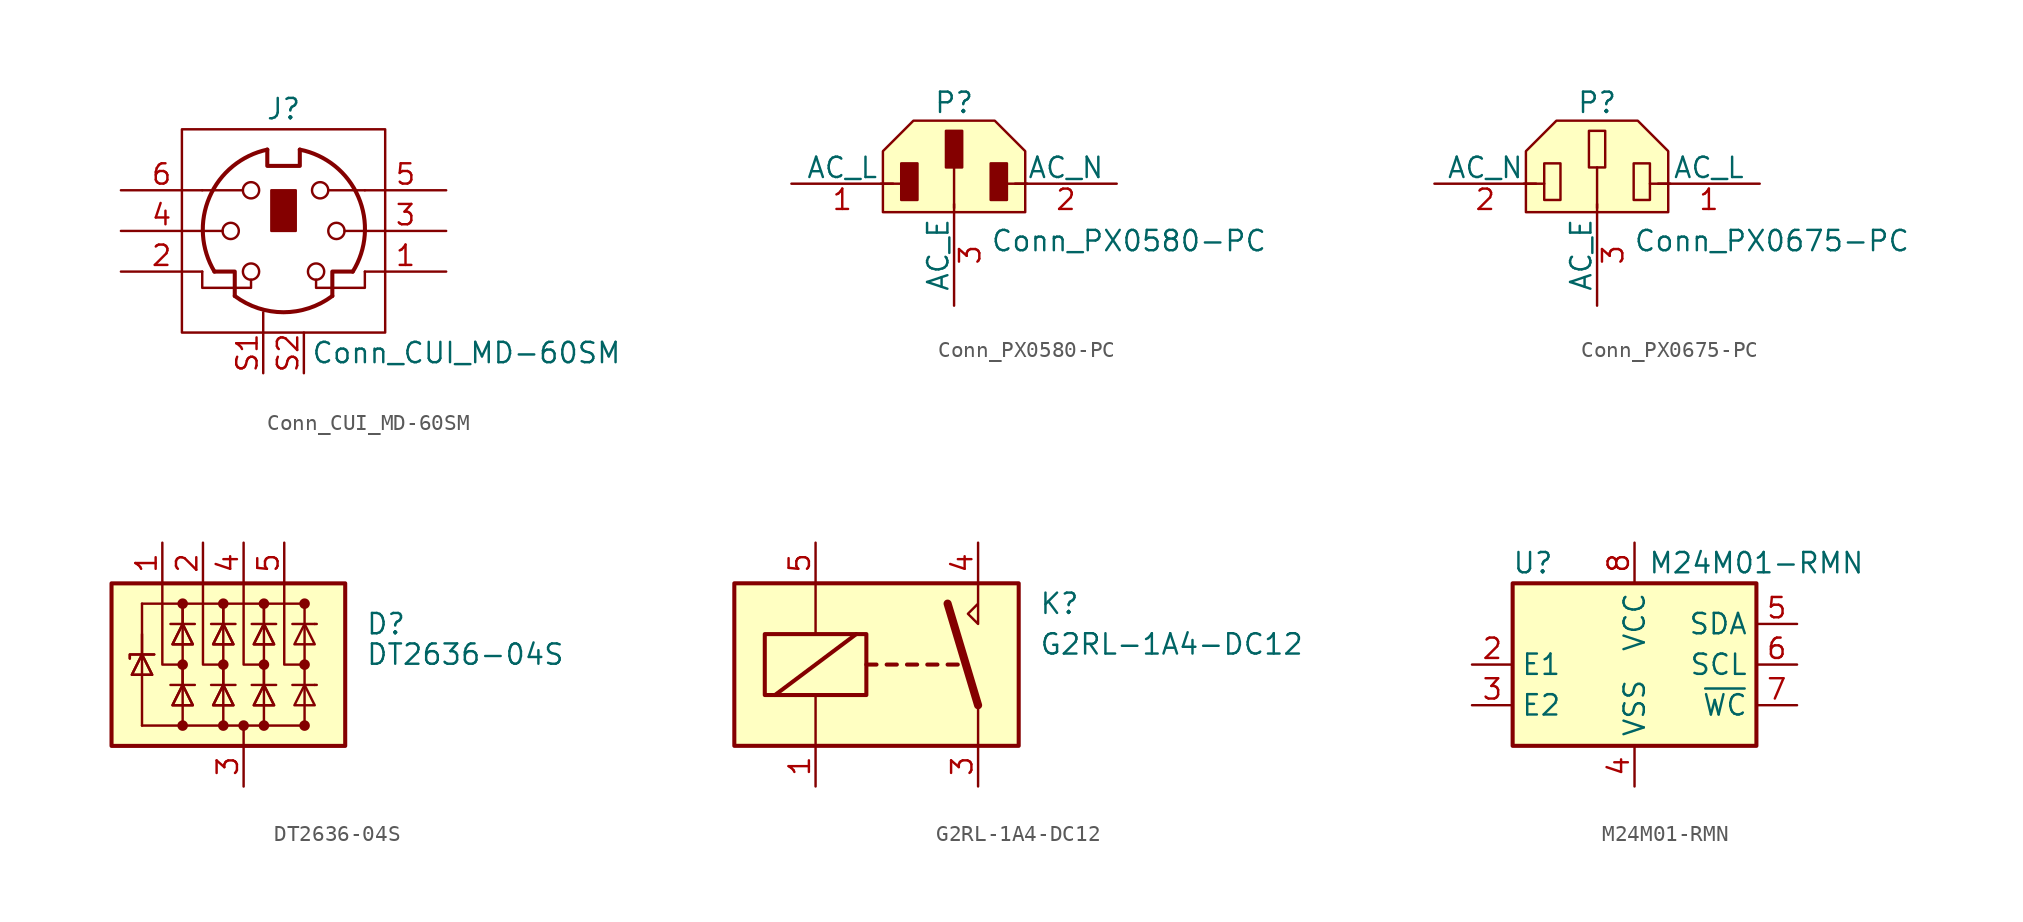
<source format=kicad_sym>
(kicad_symbol_lib
  (version 20211014)
  (generator kicad_symbol_editor)
  (symbol "Conn_CUI_MD-60SM"
    (pin_names
      (offset 1.016))
    (property "Reference" "J"
      (at 0 7.62 0)
      (effects (font (size 1.27 1.27))))
    (property "Value" "Conn_CUI_MD-60SM"
      (at 11.43 -7.62 0)
      (effects (font (size 1.27 1.27))))
    (symbol "Conn_CUI_MD-60SM_0_1"
      (rectangle (start -6.35 6.35) (end 6.35 -6.35) (stroke (width 0) (type default) (color 0 0 0 0)) (fill (type none)))
      (circle (center -3.302 0) (radius 0.508) (stroke (width 0) (type default) (color 0 0 0 0)) (fill (type none)))
      (arc (start -3.048 -4.064) (mid 0 -5.08) (end 3.048 -4.064) (stroke (width 0.254) (type default) (color 0 0 0 0)) (fill (type none)))
      (circle (center -2.032 -2.54) (radius 0.508) (stroke (width 0) (type default) (color 0 0 0 0)) (fill (type none)))
      (circle (center -2.032 2.54) (radius 0.508) (stroke (width 0) (type default) (color 0 0 0 0)) (fill (type none)))
      (arc (start -1.016 5.08) (mid -4.6228 2.1214) (end -4.318 -2.54) (stroke (width 0.254) (type default) (color 0 0 0 0)) (fill (type none)))
      (rectangle (start -0.762 2.54) (end 0.762 0) (stroke (width 0) (type default) (color 0 0 0 0)) (fill (type outline)))
      (polyline (pts (xy -3.81 0) (xy -5.08 0)) (stroke (width 0) (type default) (color 0 0 0 0)) (fill (type none)))
      (polyline (pts (xy -2.54 2.54) (xy -5.08 2.54)) (stroke (width 0) (type default) (color 0 0 0 0)) (fill (type none)))
      (polyline (pts (xy -1.27 -6.35) (xy -1.27 -5.08)) (stroke (width 0) (type default) (color 0 0 0 0)) (fill (type none)))
      (polyline (pts (xy 2.794 2.54) (xy 5.08 2.54)) (stroke (width 0) (type default) (color 0 0 0 0)) (fill (type none)))
      (polyline (pts (xy 5.08 0) (xy 3.81 0)) (stroke (width 0) (type default) (color 0 0 0 0)) (fill (type none)))
      (polyline (pts (xy -4.318 -2.54) (xy -3.048 -2.54) (xy -3.048 -4.064)) (stroke (width 0.254) (type default) (color 0 0 0 0)) (fill (type none)))
      (polyline (pts (xy 4.318 -2.54) (xy 3.048 -2.54) (xy 3.048 -4.064)) (stroke (width 0.254) (type default) (color 0 0 0 0)) (fill (type none)))
      (polyline (pts (xy -2.032 -3.048) (xy -2.032 -3.556) (xy -5.08 -3.556) (xy -5.08 -2.54)) (stroke (width 0) (type default) (color 0 0 0 0)) (fill (type none)))
      (polyline (pts (xy -1.016 5.08) (xy -1.016 4.064) (xy 1.016 4.064) (xy 1.016 5.08)) (stroke (width 0.254) (type default) (color 0 0 0 0)) (fill (type none)))
      (polyline (pts (xy 2.032 -3.048) (xy 2.032 -3.556) (xy 5.08 -3.556) (xy 5.08 -2.54)) (stroke (width 0) (type default) (color 0 0 0 0)) (fill (type none)))
      (circle (center 2.032 -2.54) (radius 0.508) (stroke (width 0) (type default) (color 0 0 0 0)) (fill (type none)))
      (circle (center 2.286 2.54) (radius 0.508) (stroke (width 0) (type default) (color 0 0 0 0)) (fill (type none)))
      (circle (center 3.302 0) (radius 0.508) (stroke (width 0) (type default) (color 0 0 0 0)) (fill (type none)))
      (arc (start 4.318 -2.54) (mid 4.6661 2.1322) (end 1.016 5.08) (stroke (width 0.254) (type default) (color 0 0 0 0)) (fill (type none))))
    (symbol "Conn_CUI_MD-60SM_1_1"
      (pin passive line (at 10.16 -2.54 180) (length 5.08) (name "~" (effects (font (size 1.27 1.27)))) (number "1" (effects (font (size 1.27 1.27)))))
      (pin passive line (at -10.16 -2.54 0) (length 5.08) (name "~" (effects (font (size 1.27 1.27)))) (number "2" (effects (font (size 1.27 1.27)))))
      (pin passive line (at 10.16 0 180) (length 5.08) (name "~" (effects (font (size 1.27 1.27)))) (number "3" (effects (font (size 1.27 1.27)))))
      (pin passive line (at -10.16 0 0) (length 5.08) (name "~" (effects (font (size 1.27 1.27)))) (number "4" (effects (font (size 1.27 1.27)))))
      (pin passive line (at 10.16 2.54 180) (length 5.08) (name "~" (effects (font (size 1.27 1.27)))) (number "5" (effects (font (size 1.27 1.27)))))
      (pin passive line (at -10.16 2.54 0) (length 5.08) (name "~" (effects (font (size 1.27 1.27)))) (number "6" (effects (font (size 1.27 1.27)))))
      (pin passive line (at -1.27 -8.89 90) (length 2.54) (name "~" (effects (font (size 1.27 1.27)))) (number "S1" (effects (font (size 1.27 1.27)))))
      (pin passive line (at 1.27 -8.89 90) (length 2.54) (name "~" (effects (font (size 1.27 1.27)))) (number "S2" (effects (font (size 1.27 1.27)))))))
  (symbol "Conn_PX0580-PC"
    (pin_names
      (offset 0))
    (property "Reference" "P"
      (at 0 4.318 0)
      (effects (font (size 1.27 1.27)) (justify bottom)))
    (property "Value" "Conn_PX0580-PC"
      (at 10.922 -4.318 0)
      (effects (font (size 1.27 1.27)) (justify bottom)))
    (symbol "Conn_PX0580-PC_0_1"
      (rectangle (start -3.302 1.27) (end -2.286 -1.016) (stroke (width 0) (type default) (color 0 0 0 0)) (fill (type outline)))
      (rectangle (start -0.508 3.302) (end 0.508 1.016) (stroke (width 0) (type default) (color 0 0 0 0)) (fill (type outline)))
      (polyline (pts (xy -4.572 0) (xy -3.302 0)) (stroke (width 0) (type default) (color 0 0 0 0)) (fill (type none)))
      (polyline (pts (xy 0 -1.524) (xy 0 1.016)) (stroke (width 0) (type default) (color 0 0 0 0)) (fill (type none)))
      (polyline (pts (xy 4.572 0) (xy 3.302 0)) (stroke (width 0) (type default) (color 0 0 0 0)) (fill (type none)))
      (polyline (pts (xy -4.445 -1.778) (xy 4.445 -1.778) (xy 4.445 2.032) (xy 2.54 3.937) (xy -2.54 3.937) (xy -4.445 2.032) (xy -4.445 -1.778)) (stroke (width 0) (type default) (color 0 0 0 0)) (fill (type background)))
      (rectangle (start 2.286 1.27) (end 3.302 -1.016) (stroke (width 0) (type default) (color 0 0 0 0)) (fill (type outline))))
    (symbol "Conn_PX0580-PC_1_1"
      (pin power_out line (at -10.16 0 0) (length 6.35) (name "AC_L" (effects (font (size 1.27 1.27)))) (number "1" (effects (font (size 1.27 1.27)))))
      (pin power_out line (at 10.16 0 180) (length 6.35) (name "AC_N" (effects (font (size 1.27 1.27)))) (number "2" (effects (font (size 1.27 1.27)))))
      (pin passive line (at 0 -7.62 90) (length 6.35) (name "AC_E" (effects (font (size 1.27 1.27)))) (number "3" (effects (font (size 1.27 1.27)))))))
  (symbol "Conn_PX0675-PC"
    (pin_names
      (offset 0))
    (property "Reference" "P"
      (at 0 4.318 0)
      (effects (font (size 1.27 1.27)) (justify bottom)))
    (property "Value" "Conn_PX0675-PC"
      (at 10.922 -4.318 0)
      (effects (font (size 1.27 1.27)) (justify bottom)))
    (symbol "Conn_PX0675-PC_0_1"
      (rectangle (start -3.302 1.27) (end -2.286 -1.016) (stroke (width 0) (type default) (color 0 0 0 0)) (fill (type none)))
      (rectangle (start -0.508 3.302) (end 0.508 1.016) (stroke (width 0) (type default) (color 0 0 0 0)) (fill (type none)))
      (polyline (pts (xy -4.572 0) (xy -3.302 0)) (stroke (width 0) (type default) (color 0 0 0 0)) (fill (type none)))
      (polyline (pts (xy 0 -1.524) (xy 0 1.016)) (stroke (width 0) (type default) (color 0 0 0 0)) (fill (type none)))
      (polyline (pts (xy 4.572 0) (xy 3.302 0)) (stroke (width 0) (type default) (color 0 0 0 0)) (fill (type none)))
      (polyline (pts (xy -4.445 -1.778) (xy 4.445 -1.778) (xy 4.445 2.032) (xy 2.54 3.937) (xy -2.54 3.937) (xy -4.445 2.032) (xy -4.445 -1.778)) (stroke (width 0) (type default) (color 0 0 0 0)) (fill (type background)))
      (rectangle (start 2.286 1.27) (end 3.302 -1.016) (stroke (width 0) (type default) (color 0 0 0 0)) (fill (type none))))
    (symbol "Conn_PX0675-PC_1_1"
      (pin power_in line (at 10.16 0 180) (length 6.35) (name "AC_L" (effects (font (size 1.27 1.27)))) (number "1" (effects (font (size 1.27 1.27)))))
      (pin power_in line (at -10.16 0 0) (length 6.35) (name "AC_N" (effects (font (size 1.27 1.27)))) (number "2" (effects (font (size 1.27 1.27)))))
      (pin passive line (at 0 -7.62 90) (length 6.35) (name "AC_E" (effects (font (size 1.27 1.27)))) (number "3" (effects (font (size 1.27 1.27)))))))
  (symbol "DT2636-04S"
    (pin_names hide)
    (property "Reference" "D"
      (at 7.62 2.54 0)
      (effects (font (size 1.27 1.27)) (justify left)))
    (property "Value" "DT2636-04S"
      (at 7.62 0.635 0)
      (effects (font (size 1.27 1.27)) (justify left)))
    (symbol "DT2636-04S_0_0"
      (pin passive line (at 0 -7.62 90) (length 2.54) (name "GND" (effects (font (size 1.27 1.27)))) (number "3" (effects (font (size 1.27 1.27))))))
    (symbol "DT2636-04S_0_1"
      (rectangle (start -8.255 5.08) (end 6.35 -5.08) (stroke (width 0.254) (type default) (color 0 0 0 0)) (fill (type background)))
      (circle (center -3.81 -3.81) (radius 0.254) (stroke (width 0) (type default) (color 0 0 0 0)) (fill (type outline)))
      (circle (center -3.81 0) (radius 0.254) (stroke (width 0) (type default) (color 0 0 0 0)) (fill (type outline)))
      (circle (center -3.81 3.81) (radius 0.254) (stroke (width 0) (type default) (color 0 0 0 0)) (fill (type outline)))
      (circle (center -1.27 -3.81) (radius 0.254) (stroke (width 0) (type default) (color 0 0 0 0)) (fill (type outline)))
      (circle (center -1.27 0) (radius 0.254) (stroke (width 0) (type default) (color 0 0 0 0)) (fill (type outline)))
      (circle (center -1.27 3.81) (radius 0.254) (stroke (width 0) (type default) (color 0 0 0 0)) (fill (type outline)))
      (circle (center 0 -3.81) (radius 0.254) (stroke (width 0) (type default) (color 0 0 0 0)) (fill (type outline)))
      (polyline (pts (xy -6.35 0.635) (xy -6.35 -3.81)) (stroke (width 0) (type default) (color 0 0 0 0)) (fill (type none)))
      (polyline (pts (xy -6.35 1.905) (xy -6.35 0.635)) (stroke (width 0) (type default) (color 0 0 0 0)) (fill (type none)))
      (polyline (pts (xy -6.35 3.81) (xy -6.35 0.635)) (stroke (width 0) (type default) (color 0 0 0 0)) (fill (type none)))
      (polyline (pts (xy -3.81 -3.81) (xy -6.35 -3.81)) (stroke (width 0) (type default) (color 0 0 0 0)) (fill (type none)))
      (polyline (pts (xy -3.81 0) (xy -3.81 -1.27)) (stroke (width 0) (type default) (color 0 0 0 0)) (fill (type none)))
      (polyline (pts (xy -3.81 2.54) (xy -3.81 -1.27)) (stroke (width 0) (type default) (color 0 0 0 0)) (fill (type none)))
      (polyline (pts (xy -3.81 3.81) (xy -3.81 2.54)) (stroke (width 0) (type default) (color 0 0 0 0)) (fill (type none)))
      (polyline (pts (xy -3.81 3.81) (xy -3.81 2.54)) (stroke (width 0) (type default) (color 0 0 0 0)) (fill (type none)))
      (polyline (pts (xy -1.27 0) (xy -1.27 -1.27)) (stroke (width 0) (type default) (color 0 0 0 0)) (fill (type none)))
      (polyline (pts (xy -1.27 2.54) (xy -1.27 -1.27)) (stroke (width 0) (type default) (color 0 0 0 0)) (fill (type none)))
      (polyline (pts (xy -1.27 3.81) (xy -1.27 2.54)) (stroke (width 0) (type default) (color 0 0 0 0)) (fill (type none)))
      (polyline (pts (xy -1.27 3.81) (xy -1.27 2.54)) (stroke (width 0) (type default) (color 0 0 0 0)) (fill (type none)))
      (polyline (pts (xy 0 -5.08) (xy 0 -3.81)) (stroke (width 0) (type default) (color 0 0 0 0)) (fill (type none)))
      (polyline (pts (xy 1.27 0) (xy 1.27 -1.27)) (stroke (width 0) (type default) (color 0 0 0 0)) (fill (type none)))
      (polyline (pts (xy 1.27 2.54) (xy 1.27 -1.27)) (stroke (width 0) (type default) (color 0 0 0 0)) (fill (type none)))
      (polyline (pts (xy 1.27 3.81) (xy 1.27 2.54)) (stroke (width 0) (type default) (color 0 0 0 0)) (fill (type none)))
      (polyline (pts (xy 1.27 3.81) (xy 1.27 2.54)) (stroke (width 0) (type default) (color 0 0 0 0)) (fill (type none)))
      (polyline (pts (xy 3.81 -3.81) (xy 3.81 2.54)) (stroke (width 0) (type default) (color 0 0 0 0)) (fill (type none)))
      (polyline (pts (xy 3.81 3.81) (xy -6.35 3.81)) (stroke (width 0) (type default) (color 0 0 0 0)) (fill (type none)))
      (polyline (pts (xy 3.81 3.81) (xy 3.81 2.54)) (stroke (width 0) (type default) (color 0 0 0 0)) (fill (type none)))
      (polyline (pts (xy 4.445 -1.27) (xy 3.048 -1.27)) (stroke (width 0) (type default) (color 0 0 0 0)) (fill (type none)))
      (polyline (pts (xy 4.445 -1.27) (xy 4.572 -1.27)) (stroke (width 0) (type default) (color 0 0 0 0)) (fill (type none)))
      (polyline (pts (xy 4.445 2.54) (xy 3.048 2.54)) (stroke (width 0) (type default) (color 0 0 0 0)) (fill (type none)))
      (polyline (pts (xy 4.445 2.54) (xy 4.572 2.54)) (stroke (width 0) (type default) (color 0 0 0 0)) (fill (type none)))
      (polyline (pts (xy -5.08 5.08) (xy -5.08 0) (xy -3.81 0)) (stroke (width 0) (type default) (color 0 0 0 0)) (fill (type none)))
      (polyline (pts (xy -4.572 -1.27) (xy -3.175 -1.27) (xy -3.048 -1.27)) (stroke (width 0) (type default) (color 0 0 0 0)) (fill (type none)))
      (polyline (pts (xy -4.572 2.54) (xy -3.175 2.54) (xy -3.048 2.54)) (stroke (width 0) (type default) (color 0 0 0 0)) (fill (type none)))
      (polyline (pts (xy -3.81 -1.27) (xy -3.81 -3.81) (xy -1.27 -3.81)) (stroke (width 0) (type default) (color 0 0 0 0)) (fill (type none)))
      (polyline (pts (xy -2.54 5.08) (xy -2.54 0) (xy -1.27 0)) (stroke (width 0) (type default) (color 0 0 0 0)) (fill (type none)))
      (polyline (pts (xy -2.032 -1.27) (xy -0.635 -1.27) (xy -0.508 -1.27)) (stroke (width 0) (type default) (color 0 0 0 0)) (fill (type none)))
      (polyline (pts (xy -2.032 2.54) (xy -0.635 2.54) (xy -0.508 2.54)) (stroke (width 0) (type default) (color 0 0 0 0)) (fill (type none)))
      (polyline (pts (xy -1.27 -1.27) (xy -1.27 -3.81) (xy 1.27 -3.81)) (stroke (width 0) (type default) (color 0 0 0 0)) (fill (type none)))
      (polyline (pts (xy 0 5.08) (xy 0 0) (xy 1.27 0)) (stroke (width 0) (type default) (color 0 0 0 0)) (fill (type none)))
      (polyline (pts (xy 0.508 -1.27) (xy 1.905 -1.27) (xy 2.032 -1.27)) (stroke (width 0) (type default) (color 0 0 0 0)) (fill (type none)))
      (polyline (pts (xy 0.508 2.54) (xy 1.905 2.54) (xy 2.032 2.54)) (stroke (width 0) (type default) (color 0 0 0 0)) (fill (type none)))
      (polyline (pts (xy 1.27 -1.27) (xy 1.27 -3.81) (xy 3.81 -3.81)) (stroke (width 0) (type default) (color 0 0 0 0)) (fill (type none)))
      (polyline (pts (xy 2.54 5.08) (xy 2.54 0) (xy 3.81 0)) (stroke (width 0) (type default) (color 0 0 0 0)) (fill (type none)))
      (polyline (pts (xy -7.112 0.381) (xy -7.112 0.635) (xy -5.715 0.635) (xy -5.588 0.635)) (stroke (width 0) (type default) (color 0 0 0 0)) (fill (type none)))
      (polyline (pts (xy -7.112 0.381) (xy -7.112 0.635) (xy -5.715 0.635) (xy -5.588 0.635)) (stroke (width 0) (type default) (color 0 0 0 0)) (fill (type none)))
      (polyline (pts (xy -6.35 0.635) (xy -5.715 -0.635) (xy -6.985 -0.635) (xy -6.35 0.635)) (stroke (width 0) (type default) (color 0 0 0 0)) (fill (type none)))
      (polyline (pts (xy -6.35 0.635) (xy -5.715 -0.635) (xy -6.985 -0.635) (xy -6.35 0.635)) (stroke (width 0) (type default) (color 0 0 0 0)) (fill (type none)))
      (polyline (pts (xy -3.81 -1.27) (xy -3.175 -2.54) (xy -4.445 -2.54) (xy -3.81 -1.27)) (stroke (width 0) (type default) (color 0 0 0 0)) (fill (type none)))
      (polyline (pts (xy -3.81 -1.27) (xy -3.175 -2.54) (xy -4.445 -2.54) (xy -3.81 -1.27)) (stroke (width 0) (type default) (color 0 0 0 0)) (fill (type none)))
      (polyline (pts (xy -3.81 2.54) (xy -3.175 1.27) (xy -4.445 1.27) (xy -3.81 2.54)) (stroke (width 0) (type default) (color 0 0 0 0)) (fill (type none)))
      (polyline (pts (xy -3.81 2.54) (xy -3.175 1.27) (xy -4.445 1.27) (xy -3.81 2.54)) (stroke (width 0) (type default) (color 0 0 0 0)) (fill (type none)))
      (polyline (pts (xy -1.27 -1.27) (xy -0.635 -2.54) (xy -1.905 -2.54) (xy -1.27 -1.27)) (stroke (width 0) (type default) (color 0 0 0 0)) (fill (type none)))
      (polyline (pts (xy -1.27 -1.27) (xy -0.635 -2.54) (xy -1.905 -2.54) (xy -1.27 -1.27)) (stroke (width 0) (type default) (color 0 0 0 0)) (fill (type none)))
      (polyline (pts (xy -1.27 2.54) (xy -0.635 1.27) (xy -1.905 1.27) (xy -1.27 2.54)) (stroke (width 0) (type default) (color 0 0 0 0)) (fill (type none)))
      (polyline (pts (xy -1.27 2.54) (xy -0.635 1.27) (xy -1.905 1.27) (xy -1.27 2.54)) (stroke (width 0) (type default) (color 0 0 0 0)) (fill (type none)))
      (polyline (pts (xy 1.27 -1.27) (xy 1.905 -2.54) (xy 0.635 -2.54) (xy 1.27 -1.27)) (stroke (width 0) (type default) (color 0 0 0 0)) (fill (type none)))
      (polyline (pts (xy 1.27 -1.27) (xy 1.905 -2.54) (xy 0.635 -2.54) (xy 1.27 -1.27)) (stroke (width 0) (type default) (color 0 0 0 0)) (fill (type none)))
      (polyline (pts (xy 1.27 2.54) (xy 1.905 1.27) (xy 0.635 1.27) (xy 1.27 2.54)) (stroke (width 0) (type default) (color 0 0 0 0)) (fill (type none)))
      (polyline (pts (xy 1.27 2.54) (xy 1.905 1.27) (xy 0.635 1.27) (xy 1.27 2.54)) (stroke (width 0) (type default) (color 0 0 0 0)) (fill (type none)))
      (polyline (pts (xy 4.445 -2.54) (xy 3.175 -2.54) (xy 3.81 -1.27) (xy 4.445 -2.54)) (stroke (width 0) (type default) (color 0 0 0 0)) (fill (type none)))
      (polyline (pts (xy 4.445 1.27) (xy 3.175 1.27) (xy 3.81 2.54) (xy 4.445 1.27)) (stroke (width 0) (type default) (color 0 0 0 0)) (fill (type none)))
      (circle (center 1.27 -3.81) (radius 0.254) (stroke (width 0) (type default) (color 0 0 0 0)) (fill (type outline)))
      (circle (center 1.27 0) (radius 0.254) (stroke (width 0) (type default) (color 0 0 0 0)) (fill (type outline)))
      (circle (center 1.27 3.81) (radius 0.254) (stroke (width 0) (type default) (color 0 0 0 0)) (fill (type outline)))
      (circle (center 3.81 -3.81) (radius 0.254) (stroke (width 0) (type default) (color 0 0 0 0)) (fill (type outline)))
      (circle (center 3.81 0) (radius 0.254) (stroke (width 0) (type default) (color 0 0 0 0)) (fill (type outline)))
      (circle (center 3.81 3.81) (radius 0.254) (stroke (width 0) (type default) (color 0 0 0 0)) (fill (type outline))))
    (symbol "DT2636-04S_1_1"
      (pin passive line (at -5.08 7.62 270) (length 2.54) (name "CH1" (effects (font (size 1.27 1.27)))) (number "1" (effects (font (size 1.27 1.27)))))
      (pin passive line (at -2.54 7.62 270) (length 2.54) (name "CH2" (effects (font (size 1.27 1.27)))) (number "2" (effects (font (size 1.27 1.27)))))
      (pin passive line (at 0 7.62 270) (length 2.54) (name "CH3" (effects (font (size 1.27 1.27)))) (number "4" (effects (font (size 1.27 1.27)))))
      (pin passive line (at 2.54 7.62 270) (length 2.54) (name "CH4" (effects (font (size 1.27 1.27)))) (number "5" (effects (font (size 1.27 1.27)))))))
  (symbol "G2RL-1A4-DC12"
    (property "Reference" "K"
      (at 8.89 3.81 0)
      (effects (font (size 1.27 1.27)) (justify left)))
    (property "Value" "G2RL-1A4-DC12"
      (at 8.89 1.27 0)
      (effects (font (size 1.27 1.27)) (justify left)))
    (symbol "G2RL-1A4-DC12_0_0"
      (polyline (pts (xy 5.08 5.08) (xy 5.08 2.54) (xy 4.445 3.175) (xy 5.08 3.81)) (stroke (width 0) (type default) (color 0 0 0 0)) (fill (type none))))
    (symbol "G2RL-1A4-DC12_0_1"
      (rectangle (start -10.16 5.08) (end 7.62 -5.08) (stroke (width 0.254) (type default) (color 0 0 0 0)) (fill (type background)))
      (rectangle (start -8.255 1.905) (end -1.905 -1.905) (stroke (width 0.254) (type default) (color 0 0 0 0)) (fill (type none)))
      (polyline (pts (xy -7.62 -1.905) (xy -2.54 1.905)) (stroke (width 0.254) (type default) (color 0 0 0 0)) (fill (type none)))
      (polyline (pts (xy -5.08 -5.08) (xy -5.08 -1.905)) (stroke (width 0) (type default) (color 0 0 0 0)) (fill (type none)))
      (polyline (pts (xy -5.08 5.08) (xy -5.08 1.905)) (stroke (width 0) (type default) (color 0 0 0 0)) (fill (type none)))
      (polyline (pts (xy -1.905 0) (xy -1.27 0)) (stroke (width 0.254) (type default) (color 0 0 0 0)) (fill (type none)))
      (polyline (pts (xy -0.635 0) (xy 0 0)) (stroke (width 0.254) (type default) (color 0 0 0 0)) (fill (type none)))
      (polyline (pts (xy 0.635 0) (xy 1.27 0)) (stroke (width 0.254) (type default) (color 0 0 0 0)) (fill (type none)))
      (polyline (pts (xy 1.905 0) (xy 2.54 0)) (stroke (width 0.254) (type default) (color 0 0 0 0)) (fill (type none)))
      (polyline (pts (xy 3.175 0) (xy 3.81 0)) (stroke (width 0.254) (type default) (color 0 0 0 0)) (fill (type none)))
      (polyline (pts (xy 5.08 -2.54) (xy 3.175 3.81)) (stroke (width 0.508) (type default) (color 0 0 0 0)) (fill (type none)))
      (polyline (pts (xy 5.08 -2.54) (xy 5.08 -5.08)) (stroke (width 0) (type default) (color 0 0 0 0)) (fill (type none))))
    (symbol "G2RL-1A4-DC12_1_1"
      (pin passive line (at -5.08 -7.62 90) (length 2.54) (name "~" (effects (font (size 1.27 1.27)))) (number "1" (effects (font (size 1.27 1.27)))))
      (pin passive line (at 5.08 -7.62 90) (length 2.54) (name "~" (effects (font (size 1.27 1.27)))) (number "3" (effects (font (size 1.27 1.27)))))
      (pin passive line (at 5.08 7.62 270) (length 2.54) (name "~" (effects (font (size 1.27 1.27)))) (number "4" (effects (font (size 1.27 1.27)))))
      (pin passive line (at -5.08 7.62 270) (length 2.54) (name "~" (effects (font (size 1.27 1.27)))) (number "5" (effects (font (size 1.27 1.27)))))))
  (symbol "M24M01-RMN"
    (property "Reference" "U"
      (at -6.35 6.35 0)
      (effects (font (size 1.27 1.27))))
    (property "Value" "M24M01-RMN"
      (at 7.62 6.35 0)
      (effects (font (size 1.27 1.27))))
    (symbol "M24M01-RMN_0_1"
      (rectangle (start -7.62 5.08) (end 7.62 -5.08) (stroke (width 0.254) (type default) (color 0 0 0 0)) (fill (type background))))
    (symbol "M24M01-RMN_1_1"
      (pin no_connect line (at -10.16 2.54 0) (length 2.54) hide (name "NC" (effects (font (size 1.27 1.27)))) (number "1" (effects (font (size 1.27 1.27)))))
      (pin input line (at -10.16 0 0) (length 2.54) (name "E1" (effects (font (size 1.27 1.27)))) (number "2" (effects (font (size 1.27 1.27)))))
      (pin input line (at -10.16 -2.54 0) (length 2.54) (name "E2" (effects (font (size 1.27 1.27)))) (number "3" (effects (font (size 1.27 1.27)))))
      (pin power_in line (at 0 -7.62 90) (length 2.54) (name "VSS" (effects (font (size 1.27 1.27)))) (number "4" (effects (font (size 1.27 1.27)))))
      (pin bidirectional line (at 10.16 2.54 180) (length 2.54) (name "SDA" (effects (font (size 1.27 1.27)))) (number "5" (effects (font (size 1.27 1.27)))))
      (pin input line (at 10.16 0 180) (length 2.54) (name "SCL" (effects (font (size 1.27 1.27)))) (number "6" (effects (font (size 1.27 1.27)))))
      (pin input line (at 10.16 -2.54 180) (length 2.54) (name "~{WC}" (effects (font (size 1.27 1.27)))) (number "7" (effects (font (size 1.27 1.27)))))
      (pin power_in line (at 0 7.62 270) (length 2.54) (name "VCC" (effects (font (size 1.27 1.27)))) (number "8" (effects (font (size 1.27 1.27))))))))
</source>
